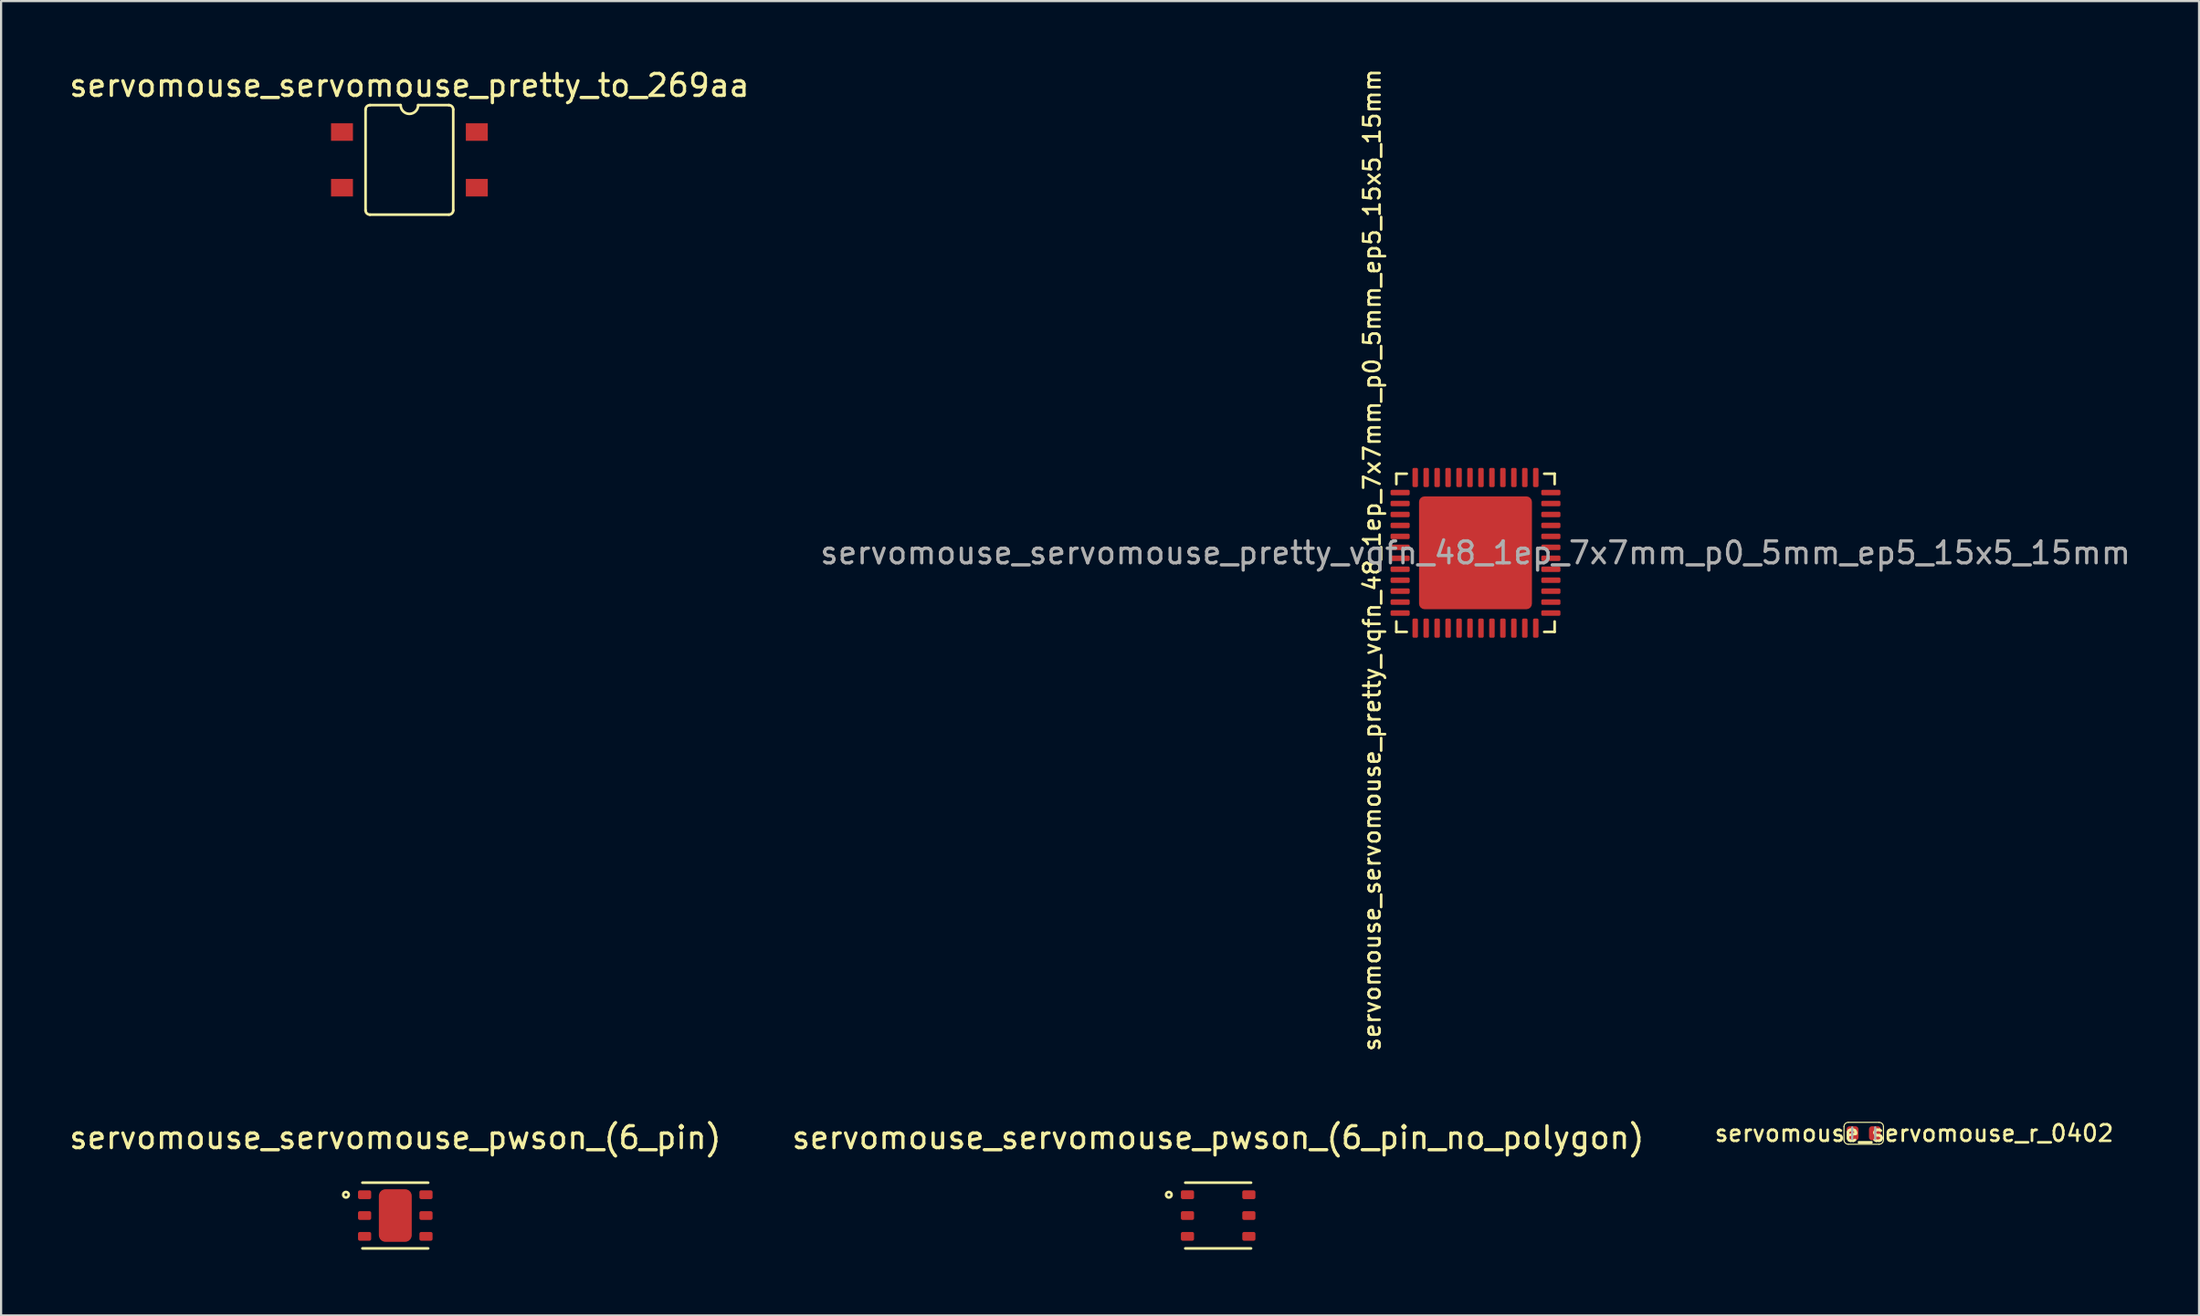
<source format=kicad_pcb>
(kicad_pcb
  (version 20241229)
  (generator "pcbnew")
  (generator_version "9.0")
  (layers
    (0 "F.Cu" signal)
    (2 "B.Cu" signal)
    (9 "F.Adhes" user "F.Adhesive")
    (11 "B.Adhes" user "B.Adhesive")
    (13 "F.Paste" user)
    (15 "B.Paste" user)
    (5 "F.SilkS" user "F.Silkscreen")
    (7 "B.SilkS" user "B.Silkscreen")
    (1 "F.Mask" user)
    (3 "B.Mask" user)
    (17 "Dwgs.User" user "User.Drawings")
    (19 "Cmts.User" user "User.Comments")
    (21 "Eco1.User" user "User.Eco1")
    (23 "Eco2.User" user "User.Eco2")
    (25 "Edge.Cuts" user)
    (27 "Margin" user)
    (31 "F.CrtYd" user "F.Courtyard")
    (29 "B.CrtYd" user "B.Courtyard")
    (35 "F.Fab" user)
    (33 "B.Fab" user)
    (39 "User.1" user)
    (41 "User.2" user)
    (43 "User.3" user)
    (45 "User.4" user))
  (footprint "servomouse_servomouse_r_0402"
    (layer "F.Cu")
    (at 81.966 48.681)
    (property "Reference" "servomouse_servomouse_r_0402" (at 2.3 0 0) (layer "F.SilkS") (effects (font (size 0.75 0.75) (thickness 0.12))))
    (attr smd)
    (fp_line (start -0.9 0.3) (end -0.9 -0.3) (stroke (width 0.05) (type solid)) (layer "F.SilkS"))
    (fp_line (start -0.7 -0.5) (end 0.7 -0.5) (stroke (width 0.05) (type solid)) (layer "F.SilkS"))
    (fp_line (start 0.7 0.5) (end -0.7 0.5) (stroke (width 0.05) (type solid)) (layer "F.SilkS"))
    (fp_line (start 0.9 -0.3) (end 0.9 0.3) (stroke (width 0.05) (type solid)) (layer "F.SilkS"))
    (fp_arc (start -0.9 -0.3) (mid -0.841421 -0.441421) (end -0.7 -0.5) (stroke (width 0.05) (type solid)) (layer "F.SilkS"))
    (fp_arc (start -0.7 0.5) (mid -0.841421 0.441421) (end -0.9 0.3) (stroke (width 0.05) (type solid)) (layer "F.SilkS"))
    (fp_arc (start 0.7 -0.5) (mid 0.841421 -0.441421) (end 0.9 -0.3) (stroke (width 0.05) (type solid)) (layer "F.SilkS"))
    (fp_arc (start 0.9 0.3) (mid 0.841421 0.441421) (end 0.7 0.5) (stroke (width 0.05) (type solid)) (layer "F.SilkS"))
    (fp_line (start -0.525 0.27) (end -0.525 -0.27) (stroke (width 0.1) (type solid)) (layer "F.Fab"))
    (fp_line (start 0.525 -0.27) (end 0.525 0.27) (stroke (width 0.1) (type solid)) (layer "F.Fab"))
    (pad "1" smd roundrect (at -0.51 0) (size 0.54 0.64) (layers "F.Cu" "F.Mask" "F.Paste") (roundrect_rratio 0.25))
    (pad "2" smd roundrect (at 0.51 0) (size 0.54 0.64) (layers "F.Cu" "F.Mask" "F.Paste") (roundrect_rratio 0.25)))
  (footprint "servomouse_servomouse_pretty_to_269aa"
    (layer "F.Cu")
    (at 15.625 4.248)
    (property "Reference" "servomouse_servomouse_pretty_to_269aa" (at 0 -3.4 180) (layer "F.SilkS") (effects (font (size 1 1) (thickness 0.15))))
    (attr smd)
    (fp_line (start -2 2.3) (end -2 -2.3) (stroke (width 0.12) (type solid)) (layer "F.SilkS"))
    (fp_line (start -1.8 2.5) (end 1.8 2.5) (stroke (width 0.12) (type solid)) (layer "F.SilkS"))
    (fp_line (start -0.4 -2.5) (end -1.8 -2.5) (stroke (width 0.12) (type solid)) (layer "F.SilkS"))
    (fp_line (start 0.4 -2.5) (end 1.8 -2.5) (stroke (width 0.12) (type solid)) (layer "F.SilkS"))
    (fp_line (start 2 -2.3) (end 2 2.3) (stroke (width 0.12) (type solid)) (layer "F.SilkS"))
    (fp_arc (start -2 -2.3) (mid -1.941421 -2.441421) (end -1.8 -2.5) (stroke (width 0.12) (type solid)) (layer "F.SilkS"))
    (fp_arc (start -1.8 2.5) (mid -1.941421 2.441421) (end -2 2.3) (stroke (width 0.12) (type solid)) (layer "F.SilkS"))
    (fp_arc (start 0.4 -2.5) (mid 0 -2.1) (end -0.4 -2.5) (stroke (width 0.12) (type solid)) (layer "F.SilkS"))
    (fp_arc (start 1.8 -2.5) (mid 1.941421 -2.441421) (end 2 -2.3) (stroke (width 0.12) (type solid)) (layer "F.SilkS"))
    (fp_arc (start 2 2.3) (mid 1.941421 2.441421) (end 1.8 2.5) (stroke (width 0.12) (type solid)) (layer "F.SilkS"))
    (pad "1" smd rect (at -3.075 -1.27) (size 1 0.8) (layers "F.Cu" "F.Mask" "F.Paste"))
    (pad "2" smd rect (at -3.075 1.27) (size 1 0.8) (layers "F.Cu" "F.Mask" "F.Paste"))
    (pad "3" smd rect (at 3.075 1.27) (size 1 0.8) (layers "F.Cu" "F.Mask" "F.Paste"))
    (pad "4" smd rect (at 3.075 -1.27) (size 1 0.8) (layers "F.Cu" "F.Mask" "F.Paste")))
  (footprint "servomouse_servomouse_pretty_vqfn_48_1ep_7x7mm_p0_5mm_ep5_15x5_15mm"
    (layer "F.Cu")
    (at 64.256 22.184)
    (property "Reference" "servomouse_servomouse_pretty_vqfn_48_1ep_7x7mm_p0_5mm_ep5_15x5_15mm" (at -4.716 0.331 270) (layer "F.SilkS") (effects (font (size 0.75 0.75) (thickness 0.12))))
    (attr smd)
    (fp_line (start -3.61 -3.61) (end -3.61 -3.135) (stroke (width 0.12) (type solid)) (layer "F.SilkS"))
    (fp_line (start -3.61 3.61) (end -3.61 3.135) (stroke (width 0.12) (type solid)) (layer "F.SilkS"))
    (fp_line (start -3.135 -3.61) (end -3.61 -3.61) (stroke (width 0.12) (type solid)) (layer "F.SilkS"))
    (fp_line (start -3.135 3.61) (end -3.61 3.61) (stroke (width 0.12) (type solid)) (layer "F.SilkS"))
    (fp_line (start 3.135 -3.61) (end 3.61 -3.61) (stroke (width 0.12) (type solid)) (layer "F.SilkS"))
    (fp_line (start 3.135 3.61) (end 3.61 3.61) (stroke (width 0.12) (type solid)) (layer "F.SilkS"))
    (fp_line (start 3.61 -3.61) (end 3.61 -3.135) (stroke (width 0.12) (type solid)) (layer "F.SilkS"))
    (fp_line (start 3.61 3.61) (end 3.61 3.135) (stroke (width 0.12) (type solid)) (layer "F.SilkS"))
    (fp_text user "${REFERENCE}" (at 0 0 180) (layer "F.Fab") (effects (font (size 1 1) (thickness 0.15))))
    (pad "" smd roundrect (at -1.29 -1.29) (size 2.08 2.08) (layers "F.Paste") (roundrect_rratio 0.12))
    (pad "" smd roundrect (at -1.29 1.29) (size 2.08 2.08) (layers "F.Paste") (roundrect_rratio 0.12))
    (pad "" smd roundrect (at 1.29 -1.29) (size 2.08 2.08) (layers "F.Paste") (roundrect_rratio 0.12))
    (pad "" smd roundrect (at 1.29 1.29) (size 2.08 2.08) (layers "F.Paste") (roundrect_rratio 0.12))
    (pad "1" smd roundrect (at -3.438 -2.75) (size 0.875 0.25) (layers "F.Cu" "F.Mask" "F.Paste") (roundrect_rratio 0.25))
    (pad "2" smd roundrect (at -3.438 -2.25) (size 0.875 0.25) (layers "F.Cu" "F.Mask" "F.Paste") (roundrect_rratio 0.25))
    (pad "3" smd roundrect (at -3.438 -1.75) (size 0.875 0.25) (layers "F.Cu" "F.Mask" "F.Paste") (roundrect_rratio 0.25))
    (pad "4" smd roundrect (at -3.438 -1.25) (size 0.875 0.25) (layers "F.Cu" "F.Mask" "F.Paste") (roundrect_rratio 0.25))
    (pad "5" smd roundrect (at -3.438 -0.75) (size 0.875 0.25) (layers "F.Cu" "F.Mask" "F.Paste") (roundrect_rratio 0.25))
    (pad "6" smd roundrect (at -3.438 -0.25) (size 0.875 0.25) (layers "F.Cu" "F.Mask" "F.Paste") (roundrect_rratio 0.25))
    (pad "7" smd roundrect (at -3.438 0.25) (size 0.875 0.25) (layers "F.Cu" "F.Mask" "F.Paste") (roundrect_rratio 0.25))
    (pad "8" smd roundrect (at -3.438 0.75) (size 0.875 0.25) (layers "F.Cu" "F.Mask" "F.Paste") (roundrect_rratio 0.25))
    (pad "9" smd roundrect (at -3.438 1.25) (size 0.875 0.25) (layers "F.Cu" "F.Mask" "F.Paste") (roundrect_rratio 0.25))
    (pad "10" smd roundrect (at -3.438 1.75) (size 0.875 0.25) (layers "F.Cu" "F.Mask" "F.Paste") (roundrect_rratio 0.25))
    (pad "11" smd roundrect (at -3.438 2.25) (size 0.875 0.25) (layers "F.Cu" "F.Mask" "F.Paste") (roundrect_rratio 0.25))
    (pad "12" smd roundrect (at -3.438 2.75) (size 0.875 0.25) (layers "F.Cu" "F.Mask" "F.Paste") (roundrect_rratio 0.25))
    (pad "13" smd roundrect (at -2.75 3.438) (size 0.25 0.875) (layers "F.Cu" "F.Mask" "F.Paste") (roundrect_rratio 0.25))
    (pad "14" smd roundrect (at -2.25 3.438) (size 0.25 0.875) (layers "F.Cu" "F.Mask" "F.Paste") (roundrect_rratio 0.25))
    (pad "15" smd roundrect (at -1.75 3.438) (size 0.25 0.875) (layers "F.Cu" "F.Mask" "F.Paste") (roundrect_rratio 0.25))
    (pad "16" smd roundrect (at -1.25 3.438) (size 0.25 0.875) (layers "F.Cu" "F.Mask" "F.Paste") (roundrect_rratio 0.25))
    (pad "17" smd roundrect (at -0.75 3.438) (size 0.25 0.875) (layers "F.Cu" "F.Mask" "F.Paste") (roundrect_rratio 0.25))
    (pad "18" smd roundrect (at -0.25 3.438) (size 0.25 0.875) (layers "F.Cu" "F.Mask" "F.Paste") (roundrect_rratio 0.25))
    (pad "19" smd roundrect (at 0.25 3.438) (size 0.25 0.875) (layers "F.Cu" "F.Mask" "F.Paste") (roundrect_rratio 0.25))
    (pad "20" smd roundrect (at 0.75 3.438) (size 0.25 0.875) (layers "F.Cu" "F.Mask" "F.Paste") (roundrect_rratio 0.25))
    (pad "21" smd roundrect (at 1.25 3.438) (size 0.25 0.875) (layers "F.Cu" "F.Mask" "F.Paste") (roundrect_rratio 0.25))
    (pad "22" smd roundrect (at 1.75 3.438) (size 0.25 0.875) (layers "F.Cu" "F.Mask" "F.Paste") (roundrect_rratio 0.25))
    (pad "23" smd roundrect (at 2.25 3.438) (size 0.25 0.875) (layers "F.Cu" "F.Mask" "F.Paste") (roundrect_rratio 0.25))
    (pad "24" smd roundrect (at 2.75 3.438) (size 0.25 0.875) (layers "F.Cu" "F.Mask" "F.Paste") (roundrect_rratio 0.25))
    (pad "25" smd roundrect (at 3.438 2.75) (size 0.875 0.25) (layers "F.Cu" "F.Mask" "F.Paste") (roundrect_rratio 0.25))
    (pad "26" smd roundrect (at 3.438 2.25) (size 0.875 0.25) (layers "F.Cu" "F.Mask" "F.Paste") (roundrect_rratio 0.25))
    (pad "27" smd roundrect (at 3.438 1.75) (size 0.875 0.25) (layers "F.Cu" "F.Mask" "F.Paste") (roundrect_rratio 0.25))
    (pad "28" smd roundrect (at 3.438 1.25) (size 0.875 0.25) (layers "F.Cu" "F.Mask" "F.Paste") (roundrect_rratio 0.25))
    (pad "29" smd roundrect (at 3.438 0.75) (size 0.875 0.25) (layers "F.Cu" "F.Mask" "F.Paste") (roundrect_rratio 0.25))
    (pad "30" smd roundrect (at 3.438 0.25) (size 0.875 0.25) (layers "F.Cu" "F.Mask" "F.Paste") (roundrect_rratio 0.25))
    (pad "31" smd roundrect (at 3.438 -0.25) (size 0.875 0.25) (layers "F.Cu" "F.Mask" "F.Paste") (roundrect_rratio 0.25))
    (pad "32" smd roundrect (at 3.438 -0.75) (size 0.875 0.25) (layers "F.Cu" "F.Mask" "F.Paste") (roundrect_rratio 0.25))
    (pad "33" smd roundrect (at 3.438 -1.25) (size 0.875 0.25) (layers "F.Cu" "F.Mask" "F.Paste") (roundrect_rratio 0.25))
    (pad "34" smd roundrect (at 3.438 -1.75) (size 0.875 0.25) (layers "F.Cu" "F.Mask" "F.Paste") (roundrect_rratio 0.25))
    (pad "35" smd roundrect (at 3.438 -2.25) (size 0.875 0.25) (layers "F.Cu" "F.Mask" "F.Paste") (roundrect_rratio 0.25))
    (pad "36" smd roundrect (at 3.438 -2.75) (size 0.875 0.25) (layers "F.Cu" "F.Mask" "F.Paste") (roundrect_rratio 0.25))
    (pad "37" smd roundrect (at 2.75 -3.438) (size 0.25 0.875) (layers "F.Cu" "F.Mask" "F.Paste") (roundrect_rratio 0.25))
    (pad "38" smd roundrect (at 2.25 -3.438) (size 0.25 0.875) (layers "F.Cu" "F.Mask" "F.Paste") (roundrect_rratio 0.25))
    (pad "39" smd roundrect (at 1.75 -3.438) (size 0.25 0.875) (layers "F.Cu" "F.Mask" "F.Paste") (roundrect_rratio 0.25))
    (pad "40" smd roundrect (at 1.25 -3.438) (size 0.25 0.875) (layers "F.Cu" "F.Mask" "F.Paste") (roundrect_rratio 0.25))
    (pad "41" smd roundrect (at 0.75 -3.438) (size 0.25 0.875) (layers "F.Cu" "F.Mask" "F.Paste") (roundrect_rratio 0.25))
    (pad "42" smd roundrect (at 0.25 -3.438) (size 0.25 0.875) (layers "F.Cu" "F.Mask" "F.Paste") (roundrect_rratio 0.25))
    (pad "43" smd roundrect (at -0.25 -3.438) (size 0.25 0.875) (layers "F.Cu" "F.Mask" "F.Paste") (roundrect_rratio 0.25))
    (pad "44" smd roundrect (at -0.75 -3.438) (size 0.25 0.875) (layers "F.Cu" "F.Mask" "F.Paste") (roundrect_rratio 0.25))
    (pad "45" smd roundrect (at -1.25 -3.438) (size 0.25 0.875) (layers "F.Cu" "F.Mask" "F.Paste") (roundrect_rratio 0.25))
    (pad "46" smd roundrect (at -1.75 -3.438) (size 0.25 0.875) (layers "F.Cu" "F.Mask" "F.Paste") (roundrect_rratio 0.25))
    (pad "47" smd roundrect (at -2.25 -3.438) (size 0.25 0.875) (layers "F.Cu" "F.Mask" "F.Paste") (roundrect_rratio 0.25))
    (pad "48" smd roundrect (at -2.75 -3.438) (size 0.25 0.875) (layers "F.Cu" "F.Mask" "F.Paste") (roundrect_rratio 0.25))
    (pad "49" smd roundrect (at 0 0) (size 5.15 5.15) (layers "F.Cu" "F.Mask") (roundrect_rratio 0.049)))
  (footprint "servomouse_servomouse_pwson_(6_pin)"
    (layer "F.Cu")
    (at 14.982 52.436)
    (property "Reference" "servomouse_servomouse_pwson_(6_pin)" (at 0 -3.556 0) (unlocked yes) (layer "F.SilkS") (effects (font (size 1 1) (thickness 0.15))))
    (fp_line (start -1.5 -1.5) (end 1.5 -1.5) (stroke (width 0.12) (type solid)) (layer "F.SilkS"))
    (fp_line (start 1.5 1.5) (end -1.5 1.5) (stroke (width 0.12) (type solid)) (layer "F.SilkS"))
    (fp_circle (center -2.25 -0.95) (end -2.123 -0.95) (stroke (width 0.12) (type solid)) (fill no) (layer "F.SilkS"))
    (pad "1" smd roundrect (at -1.4 -0.95) (size 0.6 0.4) (layers "F.Cu" "F.Mask" "F.Paste") (roundrect_rratio 0.2))
    (pad "2" smd roundrect (at -1.4 0) (size 0.6 0.4) (layers "F.Cu" "F.Mask" "F.Paste") (roundrect_rratio 0.2))
    (pad "3" smd roundrect (at -1.4 0.95) (size 0.6 0.4) (layers "F.Cu" "F.Mask" "F.Paste") (roundrect_rratio 0.2))
    (pad "4" smd roundrect (at 1.4 0.95) (size 0.6 0.4) (layers "F.Cu" "F.Mask" "F.Paste") (roundrect_rratio 0.2))
    (pad "5" smd roundrect (at 1.4 0) (size 0.6 0.4) (layers "F.Cu" "F.Mask" "F.Paste") (roundrect_rratio 0.2))
    (pad "6" smd roundrect (at 1.4 -0.95) (size 0.6 0.4) (layers "F.Cu" "F.Mask" "F.Paste") (roundrect_rratio 0.2))
    (pad "7" smd roundrect (at 0 0) (size 1.5 2.4) (layers "F.Cu" "F.Mask" "F.Paste") (roundrect_rratio 0.2)))
  (footprint "servomouse_servomouse_pwson_(6_pin_no_polygon)"
    (layer "F.Cu")
    (at 52.518 52.436)
    (property "Reference" "servomouse_servomouse_pwson_(6_pin_no_polygon)" (at 0 -3.556 0) (unlocked yes) (layer "F.SilkS") (effects (font (size 1 1) (thickness 0.15))))
    (fp_line (start -1.5 -1.5) (end 1.5 -1.5) (stroke (width 0.12) (type solid)) (layer "F.SilkS"))
    (fp_line (start 1.5 1.5) (end -1.5 1.5) (stroke (width 0.12) (type solid)) (layer "F.SilkS"))
    (fp_circle (center -2.25 -0.95) (end -2.123 -0.95) (stroke (width 0.12) (type solid)) (fill no) (layer "F.SilkS"))
    (pad "1" smd roundrect (at -1.4 -0.95) (size 0.6 0.4) (layers "F.Cu" "F.Mask" "F.Paste") (roundrect_rratio 0.2))
    (pad "2" smd roundrect (at -1.4 0) (size 0.6 0.4) (layers "F.Cu" "F.Mask" "F.Paste") (roundrect_rratio 0.2))
    (pad "3" smd roundrect (at -1.4 0.95) (size 0.6 0.4) (layers "F.Cu" "F.Mask" "F.Paste") (roundrect_rratio 0.2))
    (pad "4" smd roundrect (at 1.4 0.95) (size 0.6 0.4) (layers "F.Cu" "F.Mask" "F.Paste") (roundrect_rratio 0.2))
    (pad "5" smd roundrect (at 1.4 0) (size 0.6 0.4) (layers "F.Cu" "F.Mask" "F.Paste") (roundrect_rratio 0.2))
    (pad "6" smd roundrect (at 1.4 -0.95) (size 0.6 0.4) (layers "F.Cu" "F.Mask" "F.Paste") (roundrect_rratio 0.2)))
  (gr_rect
    (start -3 -3)
    (end 97.262 56.996)
    (stroke (width 0.1) (type default))
    (fill no)
    (layer "Edge.Cuts")))
</source>
